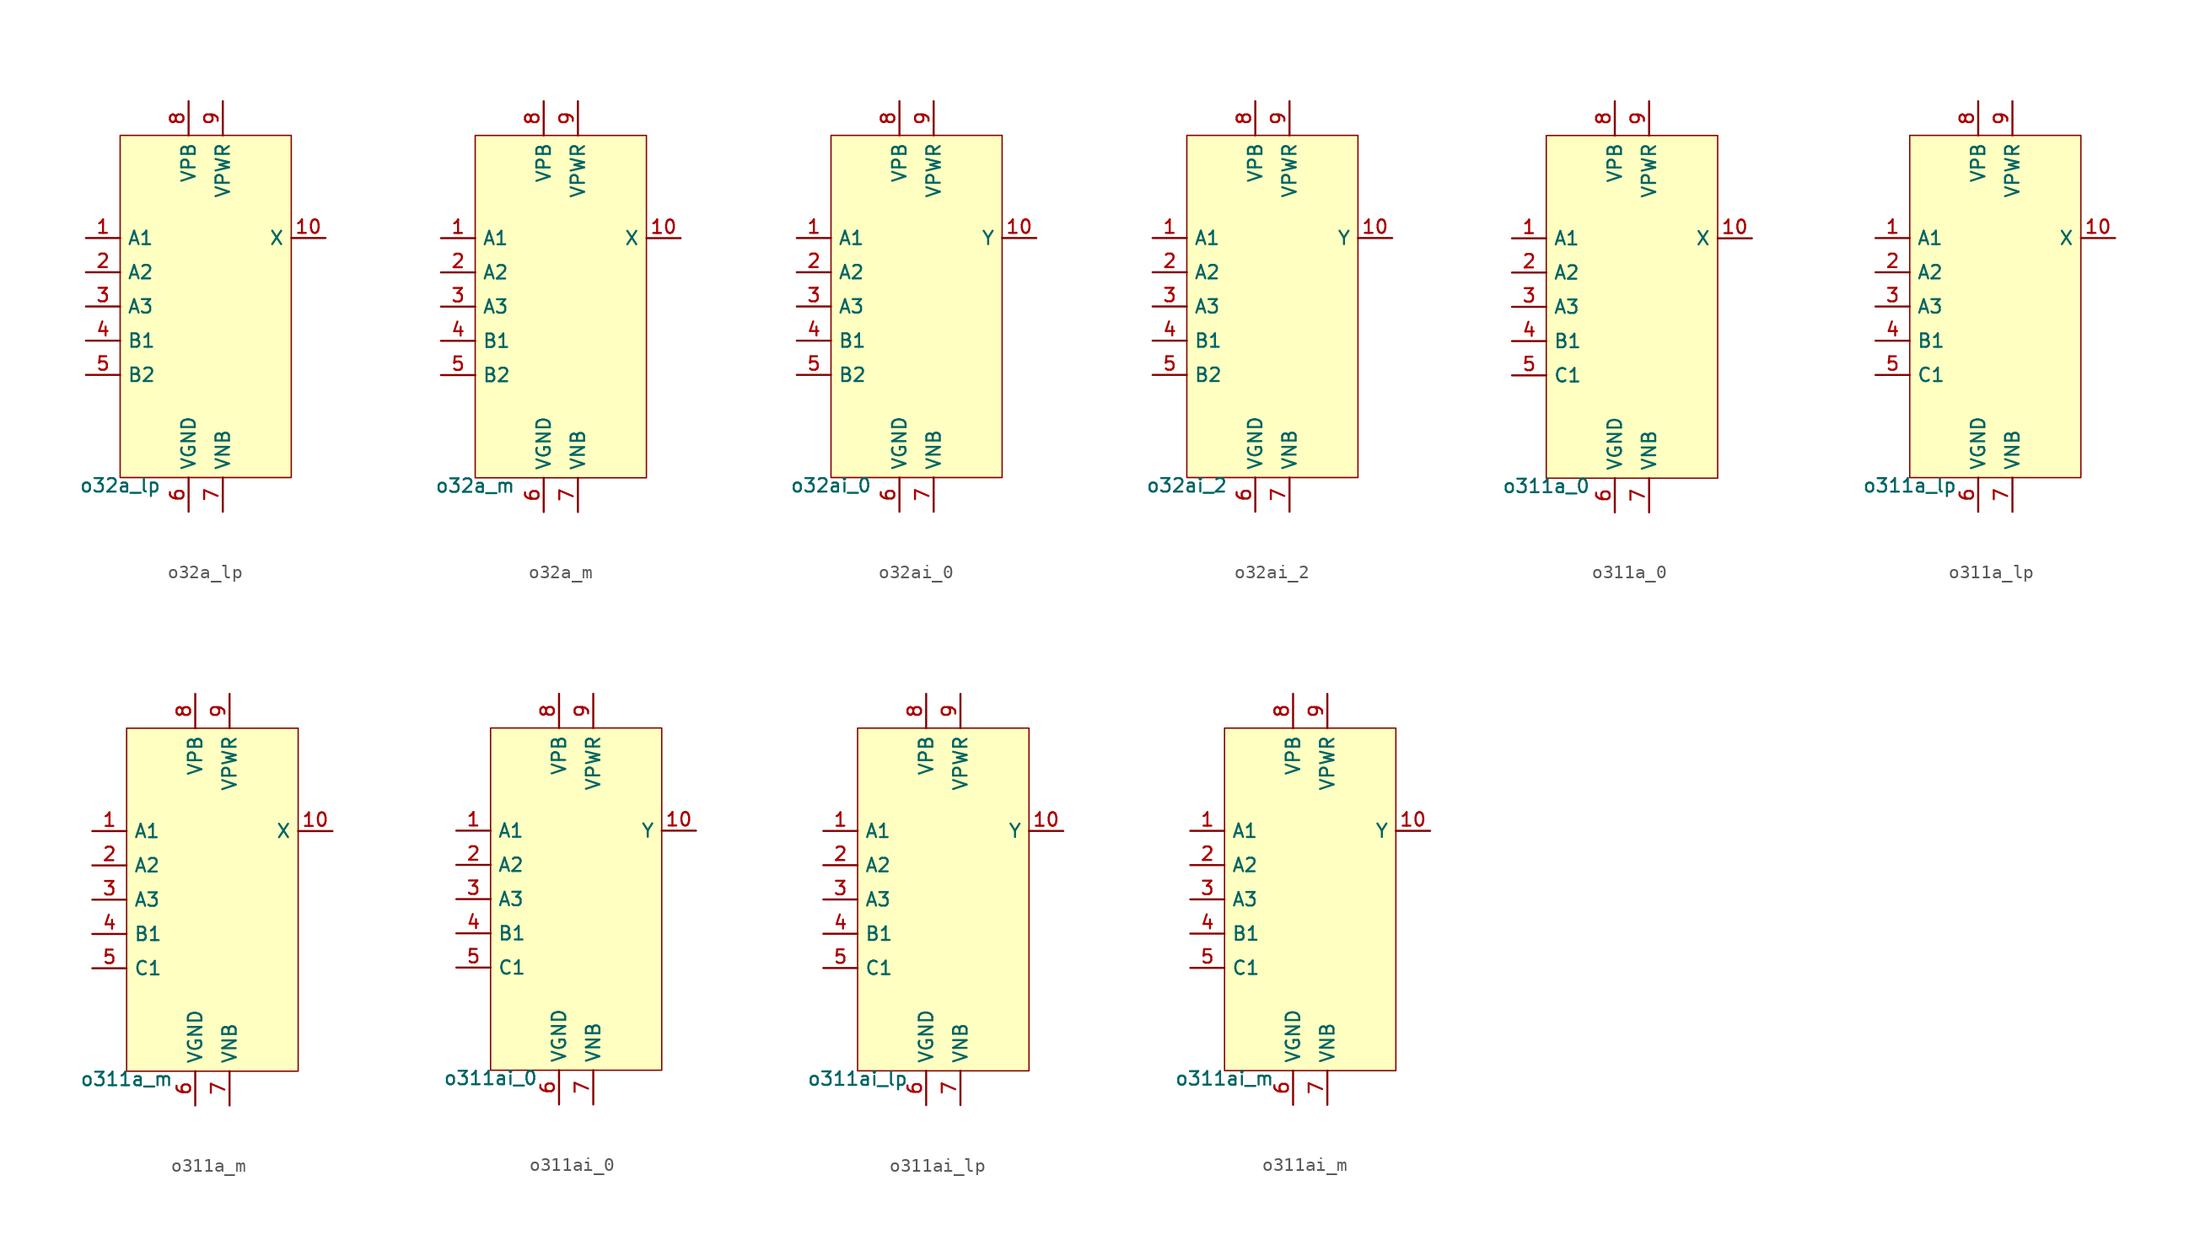
<source format=kicad_sym>
(kicad_symbol_lib
  (version 20211014)
  (generator pdk2kicad)
  (symbol "o32a_lp"
    (property "Reference" "X"
      (at 0 0 0)
      (effects (font (size 1 1)) hide))
    (property "Value" "o32a_lp"
      (at -6.35 -12.7 0)
      (effects (font (size 1 1)) (justify top)))
    (rectangle
      (start -6.35 -12.7)
      (end 6.35 12.7)
      (stroke (width 0.1) (type solid) (color 0 0 0 0))
      (fill (type background)))
    (pin input line
      (at -8.89 5.08 0)
      (length 2.54)
      (name "A1" (effects (font (size 1 1)) hide))
      (number "1" (effects (font (size 1 1)) hide)))
    (pin input line
      (at -8.89 2.54 0)
      (length 2.54)
      (name "A2" (effects (font (size 1 1)) hide))
      (number "2" (effects (font (size 1 1)) hide)))
    (pin input line
      (at -8.89 -8.881784197001252e-16 0)
      (length 2.54)
      (name "A3" (effects (font (size 1 1)) hide))
      (number "3" (effects (font (size 1 1)) hide)))
    (pin input line
      (at -8.89 -2.54 0)
      (length 2.54)
      (name "B1" (effects (font (size 1 1)) hide))
      (number "4" (effects (font (size 1 1)) hide)))
    (pin input line
      (at -8.89 -5.08 0)
      (length 2.54)
      (name "B2" (effects (font (size 1 1)) hide))
      (number "5" (effects (font (size 1 1)) hide)))
    (pin power_in line
      (at -1.27 -15.24 90)
      (length 2.54)
      (name "VGND" (effects (font (size 1 1)) hide))
      (number "6" (effects (font (size 1 1)) hide)))
    (pin power_in line
      (at 1.27 -15.24 90)
      (length 2.54)
      (name "VNB" (effects (font (size 1 1)) hide))
      (number "7" (effects (font (size 1 1)) hide)))
    (pin power_in line
      (at -1.27 15.24 270)
      (length 2.54)
      (name "VPB" (effects (font (size 1 1)) hide))
      (number "8" (effects (font (size 1 1)) hide)))
    (pin power_in line
      (at 1.27 15.24 270)
      (length 2.54)
      (name "VPWR" (effects (font (size 1 1)) hide))
      (number "9" (effects (font (size 1 1)) hide)))
    (pin output line
      (at 8.89 5.08 180)
      (length 2.54)
      (name "X" (effects (font (size 1 1)) hide))
      (number "10" (effects (font (size 1 1)) hide))))
  (symbol "o32a_m"
    (property "Reference" "X"
      (at 0 0 0)
      (effects (font (size 1 1)) hide))
    (property "Value" "o32a_m"
      (at -6.35 -12.7 0)
      (effects (font (size 1 1)) (justify top)))
    (rectangle
      (start -6.35 -12.7)
      (end 6.35 12.7)
      (stroke (width 0.1) (type solid) (color 0 0 0 0))
      (fill (type background)))
    (pin input line
      (at -8.89 5.08 0)
      (length 2.54)
      (name "A1" (effects (font (size 1 1)) hide))
      (number "1" (effects (font (size 1 1)) hide)))
    (pin input line
      (at -8.89 2.54 0)
      (length 2.54)
      (name "A2" (effects (font (size 1 1)) hide))
      (number "2" (effects (font (size 1 1)) hide)))
    (pin input line
      (at -8.89 -8.881784197001252e-16 0)
      (length 2.54)
      (name "A3" (effects (font (size 1 1)) hide))
      (number "3" (effects (font (size 1 1)) hide)))
    (pin input line
      (at -8.89 -2.54 0)
      (length 2.54)
      (name "B1" (effects (font (size 1 1)) hide))
      (number "4" (effects (font (size 1 1)) hide)))
    (pin input line
      (at -8.89 -5.08 0)
      (length 2.54)
      (name "B2" (effects (font (size 1 1)) hide))
      (number "5" (effects (font (size 1 1)) hide)))
    (pin power_in line
      (at -1.27 -15.24 90)
      (length 2.54)
      (name "VGND" (effects (font (size 1 1)) hide))
      (number "6" (effects (font (size 1 1)) hide)))
    (pin power_in line
      (at 1.27 -15.24 90)
      (length 2.54)
      (name "VNB" (effects (font (size 1 1)) hide))
      (number "7" (effects (font (size 1 1)) hide)))
    (pin power_in line
      (at -1.27 15.24 270)
      (length 2.54)
      (name "VPB" (effects (font (size 1 1)) hide))
      (number "8" (effects (font (size 1 1)) hide)))
    (pin power_in line
      (at 1.27 15.24 270)
      (length 2.54)
      (name "VPWR" (effects (font (size 1 1)) hide))
      (number "9" (effects (font (size 1 1)) hide)))
    (pin output line
      (at 8.89 5.08 180)
      (length 2.54)
      (name "X" (effects (font (size 1 1)) hide))
      (number "10" (effects (font (size 1 1)) hide))))
  (symbol "o32ai_0"
    (property "Reference" "X"
      (at 0 0 0)
      (effects (font (size 1 1)) hide))
    (property "Value" "o32ai_0"
      (at -6.35 -12.7 0)
      (effects (font (size 1 1)) (justify top)))
    (rectangle
      (start -6.35 -12.7)
      (end 6.35 12.7)
      (stroke (width 0.1) (type solid) (color 0 0 0 0))
      (fill (type background)))
    (pin input line
      (at -8.89 5.08 0)
      (length 2.54)
      (name "A1" (effects (font (size 1 1)) hide))
      (number "1" (effects (font (size 1 1)) hide)))
    (pin input line
      (at -8.89 2.54 0)
      (length 2.54)
      (name "A2" (effects (font (size 1 1)) hide))
      (number "2" (effects (font (size 1 1)) hide)))
    (pin input line
      (at -8.89 -8.881784197001252e-16 0)
      (length 2.54)
      (name "A3" (effects (font (size 1 1)) hide))
      (number "3" (effects (font (size 1 1)) hide)))
    (pin input line
      (at -8.89 -2.54 0)
      (length 2.54)
      (name "B1" (effects (font (size 1 1)) hide))
      (number "4" (effects (font (size 1 1)) hide)))
    (pin input line
      (at -8.89 -5.08 0)
      (length 2.54)
      (name "B2" (effects (font (size 1 1)) hide))
      (number "5" (effects (font (size 1 1)) hide)))
    (pin power_in line
      (at -1.27 -15.24 90)
      (length 2.54)
      (name "VGND" (effects (font (size 1 1)) hide))
      (number "6" (effects (font (size 1 1)) hide)))
    (pin power_in line
      (at 1.27 -15.24 90)
      (length 2.54)
      (name "VNB" (effects (font (size 1 1)) hide))
      (number "7" (effects (font (size 1 1)) hide)))
    (pin power_in line
      (at -1.27 15.24 270)
      (length 2.54)
      (name "VPB" (effects (font (size 1 1)) hide))
      (number "8" (effects (font (size 1 1)) hide)))
    (pin power_in line
      (at 1.27 15.24 270)
      (length 2.54)
      (name "VPWR" (effects (font (size 1 1)) hide))
      (number "9" (effects (font (size 1 1)) hide)))
    (pin output line
      (at 8.89 5.08 180)
      (length 2.54)
      (name "Y" (effects (font (size 1 1)) hide))
      (number "10" (effects (font (size 1 1)) hide))))
  (symbol "o32ai_2"
    (property "Reference" "X"
      (at 0 0 0)
      (effects (font (size 1 1)) hide))
    (property "Value" "o32ai_2"
      (at -6.35 -12.7 0)
      (effects (font (size 1 1)) (justify top)))
    (rectangle
      (start -6.35 -12.7)
      (end 6.35 12.7)
      (stroke (width 0.1) (type solid) (color 0 0 0 0))
      (fill (type background)))
    (pin input line
      (at -8.89 5.08 0)
      (length 2.54)
      (name "A1" (effects (font (size 1 1)) hide))
      (number "1" (effects (font (size 1 1)) hide)))
    (pin input line
      (at -8.89 2.54 0)
      (length 2.54)
      (name "A2" (effects (font (size 1 1)) hide))
      (number "2" (effects (font (size 1 1)) hide)))
    (pin input line
      (at -8.89 -8.881784197001252e-16 0)
      (length 2.54)
      (name "A3" (effects (font (size 1 1)) hide))
      (number "3" (effects (font (size 1 1)) hide)))
    (pin input line
      (at -8.89 -2.54 0)
      (length 2.54)
      (name "B1" (effects (font (size 1 1)) hide))
      (number "4" (effects (font (size 1 1)) hide)))
    (pin input line
      (at -8.89 -5.08 0)
      (length 2.54)
      (name "B2" (effects (font (size 1 1)) hide))
      (number "5" (effects (font (size 1 1)) hide)))
    (pin power_in line
      (at -1.27 -15.24 90)
      (length 2.54)
      (name "VGND" (effects (font (size 1 1)) hide))
      (number "6" (effects (font (size 1 1)) hide)))
    (pin power_in line
      (at 1.27 -15.24 90)
      (length 2.54)
      (name "VNB" (effects (font (size 1 1)) hide))
      (number "7" (effects (font (size 1 1)) hide)))
    (pin power_in line
      (at -1.27 15.24 270)
      (length 2.54)
      (name "VPB" (effects (font (size 1 1)) hide))
      (number "8" (effects (font (size 1 1)) hide)))
    (pin power_in line
      (at 1.27 15.24 270)
      (length 2.54)
      (name "VPWR" (effects (font (size 1 1)) hide))
      (number "9" (effects (font (size 1 1)) hide)))
    (pin output line
      (at 8.89 5.08 180)
      (length 2.54)
      (name "Y" (effects (font (size 1 1)) hide))
      (number "10" (effects (font (size 1 1)) hide))))
  (symbol "o311a_0"
    (property "Reference" "X"
      (at 0 0 0)
      (effects (font (size 1 1)) hide))
    (property "Value" "o311a_0"
      (at -6.35 -12.7 0)
      (effects (font (size 1 1)) (justify top)))
    (rectangle
      (start -6.35 -12.7)
      (end 6.35 12.7)
      (stroke (width 0.1) (type solid) (color 0 0 0 0))
      (fill (type background)))
    (pin input line
      (at -8.89 5.08 0)
      (length 2.54)
      (name "A1" (effects (font (size 1 1)) hide))
      (number "1" (effects (font (size 1 1)) hide)))
    (pin input line
      (at -8.89 2.54 0)
      (length 2.54)
      (name "A2" (effects (font (size 1 1)) hide))
      (number "2" (effects (font (size 1 1)) hide)))
    (pin input line
      (at -8.89 -8.881784197001252e-16 0)
      (length 2.54)
      (name "A3" (effects (font (size 1 1)) hide))
      (number "3" (effects (font (size 1 1)) hide)))
    (pin input line
      (at -8.89 -2.54 0)
      (length 2.54)
      (name "B1" (effects (font (size 1 1)) hide))
      (number "4" (effects (font (size 1 1)) hide)))
    (pin input line
      (at -8.89 -5.08 0)
      (length 2.54)
      (name "C1" (effects (font (size 1 1)) hide))
      (number "5" (effects (font (size 1 1)) hide)))
    (pin power_in line
      (at -1.27 -15.24 90)
      (length 2.54)
      (name "VGND" (effects (font (size 1 1)) hide))
      (number "6" (effects (font (size 1 1)) hide)))
    (pin power_in line
      (at 1.27 -15.24 90)
      (length 2.54)
      (name "VNB" (effects (font (size 1 1)) hide))
      (number "7" (effects (font (size 1 1)) hide)))
    (pin power_in line
      (at -1.27 15.24 270)
      (length 2.54)
      (name "VPB" (effects (font (size 1 1)) hide))
      (number "8" (effects (font (size 1 1)) hide)))
    (pin power_in line
      (at 1.27 15.24 270)
      (length 2.54)
      (name "VPWR" (effects (font (size 1 1)) hide))
      (number "9" (effects (font (size 1 1)) hide)))
    (pin output line
      (at 8.89 5.08 180)
      (length 2.54)
      (name "X" (effects (font (size 1 1)) hide))
      (number "10" (effects (font (size 1 1)) hide))))
  (symbol "o311a_lp"
    (property "Reference" "X"
      (at 0 0 0)
      (effects (font (size 1 1)) hide))
    (property "Value" "o311a_lp"
      (at -6.35 -12.7 0)
      (effects (font (size 1 1)) (justify top)))
    (rectangle
      (start -6.35 -12.7)
      (end 6.35 12.7)
      (stroke (width 0.1) (type solid) (color 0 0 0 0))
      (fill (type background)))
    (pin input line
      (at -8.89 5.08 0)
      (length 2.54)
      (name "A1" (effects (font (size 1 1)) hide))
      (number "1" (effects (font (size 1 1)) hide)))
    (pin input line
      (at -8.89 2.54 0)
      (length 2.54)
      (name "A2" (effects (font (size 1 1)) hide))
      (number "2" (effects (font (size 1 1)) hide)))
    (pin input line
      (at -8.89 -8.881784197001252e-16 0)
      (length 2.54)
      (name "A3" (effects (font (size 1 1)) hide))
      (number "3" (effects (font (size 1 1)) hide)))
    (pin input line
      (at -8.89 -2.54 0)
      (length 2.54)
      (name "B1" (effects (font (size 1 1)) hide))
      (number "4" (effects (font (size 1 1)) hide)))
    (pin input line
      (at -8.89 -5.08 0)
      (length 2.54)
      (name "C1" (effects (font (size 1 1)) hide))
      (number "5" (effects (font (size 1 1)) hide)))
    (pin power_in line
      (at -1.27 -15.24 90)
      (length 2.54)
      (name "VGND" (effects (font (size 1 1)) hide))
      (number "6" (effects (font (size 1 1)) hide)))
    (pin power_in line
      (at 1.27 -15.24 90)
      (length 2.54)
      (name "VNB" (effects (font (size 1 1)) hide))
      (number "7" (effects (font (size 1 1)) hide)))
    (pin power_in line
      (at -1.27 15.24 270)
      (length 2.54)
      (name "VPB" (effects (font (size 1 1)) hide))
      (number "8" (effects (font (size 1 1)) hide)))
    (pin power_in line
      (at 1.27 15.24 270)
      (length 2.54)
      (name "VPWR" (effects (font (size 1 1)) hide))
      (number "9" (effects (font (size 1 1)) hide)))
    (pin output line
      (at 8.89 5.08 180)
      (length 2.54)
      (name "X" (effects (font (size 1 1)) hide))
      (number "10" (effects (font (size 1 1)) hide))))
  (symbol "o311a_m"
    (property "Reference" "X"
      (at 0 0 0)
      (effects (font (size 1 1)) hide))
    (property "Value" "o311a_m"
      (at -6.35 -12.7 0)
      (effects (font (size 1 1)) (justify top)))
    (rectangle
      (start -6.35 -12.7)
      (end 6.35 12.7)
      (stroke (width 0.1) (type solid) (color 0 0 0 0))
      (fill (type background)))
    (pin input line
      (at -8.89 5.08 0)
      (length 2.54)
      (name "A1" (effects (font (size 1 1)) hide))
      (number "1" (effects (font (size 1 1)) hide)))
    (pin input line
      (at -8.89 2.54 0)
      (length 2.54)
      (name "A2" (effects (font (size 1 1)) hide))
      (number "2" (effects (font (size 1 1)) hide)))
    (pin input line
      (at -8.89 -8.881784197001252e-16 0)
      (length 2.54)
      (name "A3" (effects (font (size 1 1)) hide))
      (number "3" (effects (font (size 1 1)) hide)))
    (pin input line
      (at -8.89 -2.54 0)
      (length 2.54)
      (name "B1" (effects (font (size 1 1)) hide))
      (number "4" (effects (font (size 1 1)) hide)))
    (pin input line
      (at -8.89 -5.08 0)
      (length 2.54)
      (name "C1" (effects (font (size 1 1)) hide))
      (number "5" (effects (font (size 1 1)) hide)))
    (pin power_in line
      (at -1.27 -15.24 90)
      (length 2.54)
      (name "VGND" (effects (font (size 1 1)) hide))
      (number "6" (effects (font (size 1 1)) hide)))
    (pin power_in line
      (at 1.27 -15.24 90)
      (length 2.54)
      (name "VNB" (effects (font (size 1 1)) hide))
      (number "7" (effects (font (size 1 1)) hide)))
    (pin power_in line
      (at -1.27 15.24 270)
      (length 2.54)
      (name "VPB" (effects (font (size 1 1)) hide))
      (number "8" (effects (font (size 1 1)) hide)))
    (pin power_in line
      (at 1.27 15.24 270)
      (length 2.54)
      (name "VPWR" (effects (font (size 1 1)) hide))
      (number "9" (effects (font (size 1 1)) hide)))
    (pin output line
      (at 8.89 5.08 180)
      (length 2.54)
      (name "X" (effects (font (size 1 1)) hide))
      (number "10" (effects (font (size 1 1)) hide))))
  (symbol "o311ai_0"
    (property "Reference" "X"
      (at 0 0 0)
      (effects (font (size 1 1)) hide))
    (property "Value" "o311ai_0"
      (at -6.35 -12.7 0)
      (effects (font (size 1 1)) (justify top)))
    (rectangle
      (start -6.35 -12.7)
      (end 6.35 12.7)
      (stroke (width 0.1) (type solid) (color 0 0 0 0))
      (fill (type background)))
    (pin input line
      (at -8.89 5.08 0)
      (length 2.54)
      (name "A1" (effects (font (size 1 1)) hide))
      (number "1" (effects (font (size 1 1)) hide)))
    (pin input line
      (at -8.89 2.54 0)
      (length 2.54)
      (name "A2" (effects (font (size 1 1)) hide))
      (number "2" (effects (font (size 1 1)) hide)))
    (pin input line
      (at -8.89 -8.881784197001252e-16 0)
      (length 2.54)
      (name "A3" (effects (font (size 1 1)) hide))
      (number "3" (effects (font (size 1 1)) hide)))
    (pin input line
      (at -8.89 -2.54 0)
      (length 2.54)
      (name "B1" (effects (font (size 1 1)) hide))
      (number "4" (effects (font (size 1 1)) hide)))
    (pin input line
      (at -8.89 -5.08 0)
      (length 2.54)
      (name "C1" (effects (font (size 1 1)) hide))
      (number "5" (effects (font (size 1 1)) hide)))
    (pin power_in line
      (at -1.27 -15.24 90)
      (length 2.54)
      (name "VGND" (effects (font (size 1 1)) hide))
      (number "6" (effects (font (size 1 1)) hide)))
    (pin power_in line
      (at 1.27 -15.24 90)
      (length 2.54)
      (name "VNB" (effects (font (size 1 1)) hide))
      (number "7" (effects (font (size 1 1)) hide)))
    (pin power_in line
      (at -1.27 15.24 270)
      (length 2.54)
      (name "VPB" (effects (font (size 1 1)) hide))
      (number "8" (effects (font (size 1 1)) hide)))
    (pin power_in line
      (at 1.27 15.24 270)
      (length 2.54)
      (name "VPWR" (effects (font (size 1 1)) hide))
      (number "9" (effects (font (size 1 1)) hide)))
    (pin output line
      (at 8.89 5.08 180)
      (length 2.54)
      (name "Y" (effects (font (size 1 1)) hide))
      (number "10" (effects (font (size 1 1)) hide))))
  (symbol "o311ai_lp"
    (property "Reference" "X"
      (at 0 0 0)
      (effects (font (size 1 1)) hide))
    (property "Value" "o311ai_lp"
      (at -6.35 -12.7 0)
      (effects (font (size 1 1)) (justify top)))
    (rectangle
      (start -6.35 -12.7)
      (end 6.35 12.7)
      (stroke (width 0.1) (type solid) (color 0 0 0 0))
      (fill (type background)))
    (pin input line
      (at -8.89 5.08 0)
      (length 2.54)
      (name "A1" (effects (font (size 1 1)) hide))
      (number "1" (effects (font (size 1 1)) hide)))
    (pin input line
      (at -8.89 2.54 0)
      (length 2.54)
      (name "A2" (effects (font (size 1 1)) hide))
      (number "2" (effects (font (size 1 1)) hide)))
    (pin input line
      (at -8.89 -8.881784197001252e-16 0)
      (length 2.54)
      (name "A3" (effects (font (size 1 1)) hide))
      (number "3" (effects (font (size 1 1)) hide)))
    (pin input line
      (at -8.89 -2.54 0)
      (length 2.54)
      (name "B1" (effects (font (size 1 1)) hide))
      (number "4" (effects (font (size 1 1)) hide)))
    (pin input line
      (at -8.89 -5.08 0)
      (length 2.54)
      (name "C1" (effects (font (size 1 1)) hide))
      (number "5" (effects (font (size 1 1)) hide)))
    (pin power_in line
      (at -1.27 -15.24 90)
      (length 2.54)
      (name "VGND" (effects (font (size 1 1)) hide))
      (number "6" (effects (font (size 1 1)) hide)))
    (pin power_in line
      (at 1.27 -15.24 90)
      (length 2.54)
      (name "VNB" (effects (font (size 1 1)) hide))
      (number "7" (effects (font (size 1 1)) hide)))
    (pin power_in line
      (at -1.27 15.24 270)
      (length 2.54)
      (name "VPB" (effects (font (size 1 1)) hide))
      (number "8" (effects (font (size 1 1)) hide)))
    (pin power_in line
      (at 1.27 15.24 270)
      (length 2.54)
      (name "VPWR" (effects (font (size 1 1)) hide))
      (number "9" (effects (font (size 1 1)) hide)))
    (pin output line
      (at 8.89 5.08 180)
      (length 2.54)
      (name "Y" (effects (font (size 1 1)) hide))
      (number "10" (effects (font (size 1 1)) hide))))
  (symbol "o311ai_m"
    (property "Reference" "X"
      (at 0 0 0)
      (effects (font (size 1 1)) hide))
    (property "Value" "o311ai_m"
      (at -6.35 -12.7 0)
      (effects (font (size 1 1)) (justify top)))
    (rectangle
      (start -6.35 -12.7)
      (end 6.35 12.7)
      (stroke (width 0.1) (type solid) (color 0 0 0 0))
      (fill (type background)))
    (pin input line
      (at -8.89 5.08 0)
      (length 2.54)
      (name "A1" (effects (font (size 1 1)) hide))
      (number "1" (effects (font (size 1 1)) hide)))
    (pin input line
      (at -8.89 2.54 0)
      (length 2.54)
      (name "A2" (effects (font (size 1 1)) hide))
      (number "2" (effects (font (size 1 1)) hide)))
    (pin input line
      (at -8.89 -8.881784197001252e-16 0)
      (length 2.54)
      (name "A3" (effects (font (size 1 1)) hide))
      (number "3" (effects (font (size 1 1)) hide)))
    (pin input line
      (at -8.89 -2.54 0)
      (length 2.54)
      (name "B1" (effects (font (size 1 1)) hide))
      (number "4" (effects (font (size 1 1)) hide)))
    (pin input line
      (at -8.89 -5.08 0)
      (length 2.54)
      (name "C1" (effects (font (size 1 1)) hide))
      (number "5" (effects (font (size 1 1)) hide)))
    (pin power_in line
      (at -1.27 -15.24 90)
      (length 2.54)
      (name "VGND" (effects (font (size 1 1)) hide))
      (number "6" (effects (font (size 1 1)) hide)))
    (pin power_in line
      (at 1.27 -15.24 90)
      (length 2.54)
      (name "VNB" (effects (font (size 1 1)) hide))
      (number "7" (effects (font (size 1 1)) hide)))
    (pin power_in line
      (at -1.27 15.24 270)
      (length 2.54)
      (name "VPB" (effects (font (size 1 1)) hide))
      (number "8" (effects (font (size 1 1)) hide)))
    (pin power_in line
      (at 1.27 15.24 270)
      (length 2.54)
      (name "VPWR" (effects (font (size 1 1)) hide))
      (number "9" (effects (font (size 1 1)) hide)))
    (pin output line
      (at 8.89 5.08 180)
      (length 2.54)
      (name "Y" (effects (font (size 1 1)) hide))
      (number "10" (effects (font (size 1 1)) hide)))))
</source>
